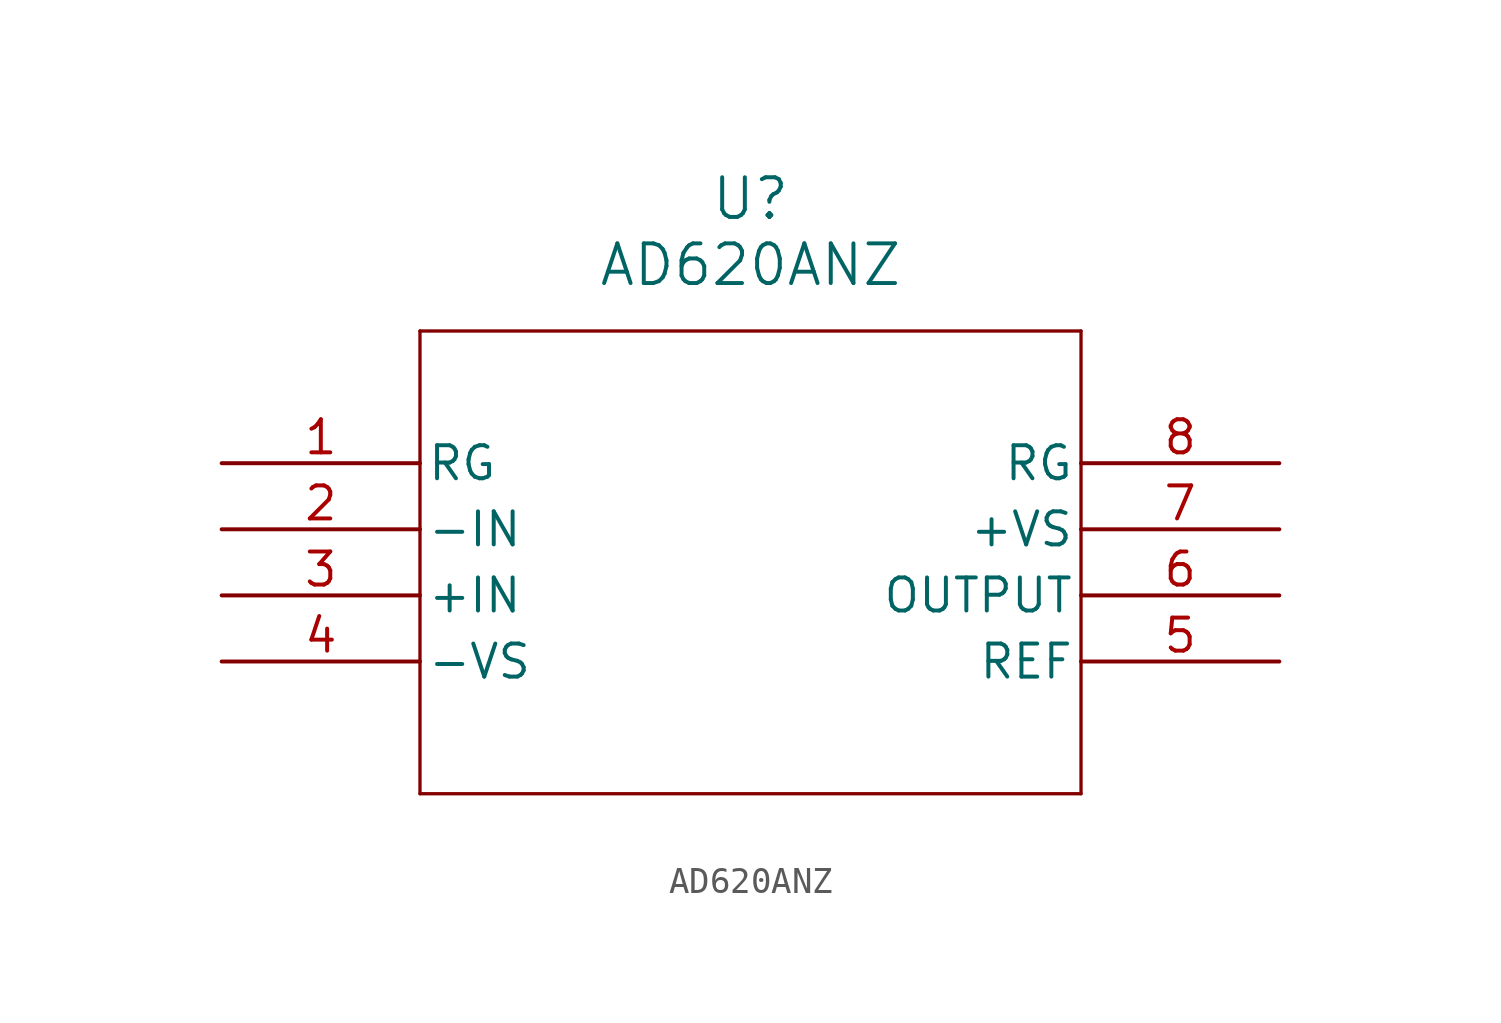
<source format=kicad_sym>
(kicad_symbol_lib
  (version 20211014)
  (generator kicad_symbol_editor)
  (symbol "AD620ANZ"
    (pin_names
      (offset 0.254))
    (property "Reference" "U"
      (at 20.32 10.16 0)
      (effects (font (size 1.524 1.524))))
    (property "Value" "AD620ANZ"
      (at 20.32 7.62 0)
      (effects (font (size 1.524 1.524))))
    (symbol "AD620ANZ_0_1"
      (polyline (pts (xy 7.62 5.08) (xy 7.62 -12.7)) (stroke (width 0.127) (type default) (color 0 0 0 0)) (fill (type none)))
      (polyline (pts (xy 7.62 -12.7) (xy 33.02 -12.7)) (stroke (width 0.127) (type default) (color 0 0 0 0)) (fill (type none)))
      (polyline (pts (xy 33.02 -12.7) (xy 33.02 5.08)) (stroke (width 0.127) (type default) (color 0 0 0 0)) (fill (type none)))
      (polyline (pts (xy 33.02 5.08) (xy 7.62 5.08)) (stroke (width 0.127) (type default) (color 0 0 0 0)) (fill (type none)))
      (pin unspecified line (at 0 0 0) (length 7.62) (name "RG" (effects (font (size 1.27 1.27)))) (number "1" (effects (font (size 1.27 1.27)))))
      (pin unspecified line (at 0 -2.54 0) (length 7.62) (name "-IN" (effects (font (size 1.27 1.27)))) (number "2" (effects (font (size 1.27 1.27)))))
      (pin unspecified line (at 0 -5.08 0) (length 7.62) (name "+IN" (effects (font (size 1.27 1.27)))) (number "3" (effects (font (size 1.27 1.27)))))
      (pin power_in line (at 0 -7.62 0) (length 7.62) (name "-VS" (effects (font (size 1.27 1.27)))) (number "4" (effects (font (size 1.27 1.27)))))
      (pin unspecified line (at 40.64 -7.62 180) (length 7.62) (name "REF" (effects (font (size 1.27 1.27)))) (number "5" (effects (font (size 1.27 1.27)))))
      (pin unspecified line (at 40.64 -5.08 180) (length 7.62) (name "OUTPUT" (effects (font (size 1.27 1.27)))) (number "6" (effects (font (size 1.27 1.27)))))
      (pin power_in line (at 40.64 -2.54 180) (length 7.62) (name "+VS" (effects (font (size 1.27 1.27)))) (number "7" (effects (font (size 1.27 1.27)))))
      (pin unspecified line (at 40.64 0 180) (length 7.62) (name "RG" (effects (font (size 1.27 1.27)))) (number "8" (effects (font (size 1.27 1.27))))))))
</source>
